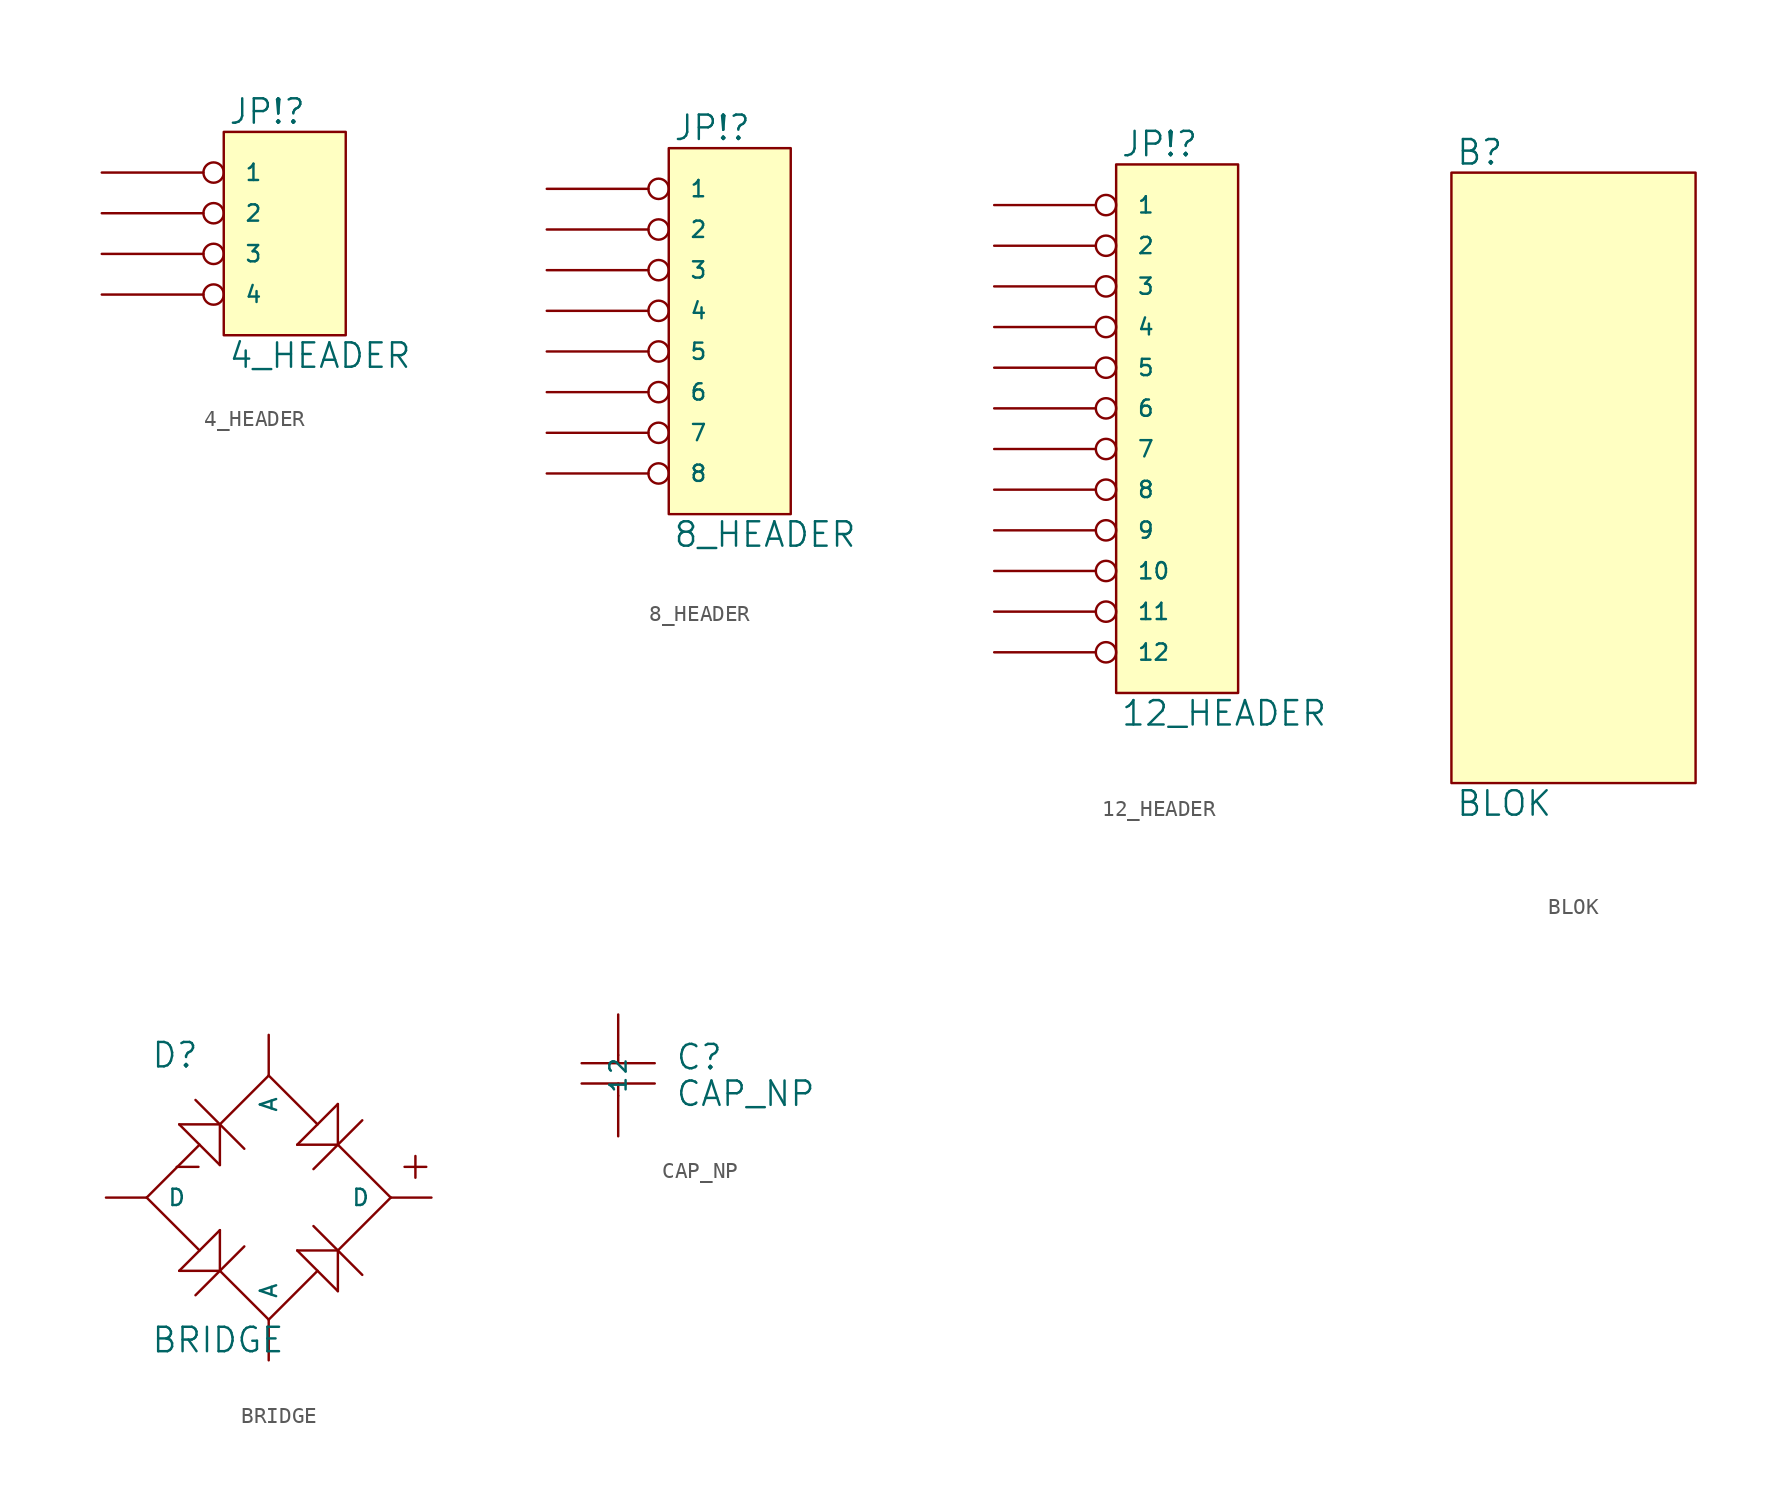
<source format=kicad_sym>
(kicad_symbol_lib
  (version 20231120)
  (generator "kicad_symbol_editor")
  (generator_version "8.0")
  (symbol "4_HEADER"
    (pin_names
      (offset 1.27))
    (property "Reference" "JP!"
      (at 0.254 0.381 0)
      (effects (font (size 1.524 1.524)) (justify left bottom)))
    (property "Value" "4_HEADER"
      (at 0.254 -13.081 0)
      (effects (font (size 1.524 1.524)) (justify left top)))
    (symbol "4_HEADER_0_1"
      (rectangle (start 0 0) (end 7.62 -12.7) (stroke (width 0) (type solid)) (fill (type background))))
    (symbol "4_HEADER_1_1"
      (pin passive inverted (at -7.62 -2.54 0) (length 7.62) (name "1" (effects (font (size 1.016 1.016)))) (number "~" (effects (font (size 1.27 1.27)))))
      (pin passive inverted (at -7.62 -5.08 0) (length 7.62) (name "2" (effects (font (size 1.016 1.016)))) (number "~" (effects (font (size 1.27 1.27)))))
      (pin passive inverted (at -7.62 -7.62 0) (length 7.62) (name "3" (effects (font (size 1.016 1.016)))) (number "~" (effects (font (size 1.27 1.27)))))
      (pin passive inverted (at -7.62 -10.16 0) (length 7.62) (name "4" (effects (font (size 1.016 1.016)))) (number "~" (effects (font (size 1.27 1.27)))))))
  (symbol "8_HEADER"
    (pin_names
      (offset 1.27))
    (property "Reference" "JP!"
      (at 0.254 0.381 0)
      (effects (font (size 1.524 1.524)) (justify left bottom)))
    (property "Value" "8_HEADER"
      (at 0.254 -23.241 0)
      (effects (font (size 1.524 1.524)) (justify left top)))
    (symbol "8_HEADER_0_1"
      (rectangle (start 0 0) (end 7.62 -22.86) (stroke (width 0) (type solid)) (fill (type background))))
    (symbol "8_HEADER_1_1"
      (pin passive inverted (at -7.62 -2.54 0) (length 7.62) (name "1" (effects (font (size 1.016 1.016)))) (number "~" (effects (font (size 1.27 1.27)))))
      (pin passive inverted (at -7.62 -5.08 0) (length 7.62) (name "2" (effects (font (size 1.016 1.016)))) (number "~" (effects (font (size 1.27 1.27)))))
      (pin passive inverted (at -7.62 -7.62 0) (length 7.62) (name "3" (effects (font (size 1.016 1.016)))) (number "~" (effects (font (size 1.27 1.27)))))
      (pin passive inverted (at -7.62 -10.16 0) (length 7.62) (name "4" (effects (font (size 1.016 1.016)))) (number "~" (effects (font (size 1.27 1.27)))))
      (pin passive inverted (at -7.62 -12.7 0) (length 7.62) (name "5" (effects (font (size 1.016 1.016)))) (number "~" (effects (font (size 1.27 1.27)))))
      (pin passive inverted (at -7.62 -15.24 0) (length 7.62) (name "6" (effects (font (size 1.016 1.016)))) (number "~" (effects (font (size 1.27 1.27)))))
      (pin passive inverted (at -7.62 -17.78 0) (length 7.62) (name "7" (effects (font (size 1.016 1.016)))) (number "~" (effects (font (size 1.27 1.27)))))
      (pin passive inverted (at -7.62 -20.32 0) (length 7.62) (name "8" (effects (font (size 1.016 1.016)))) (number "~" (effects (font (size 1.27 1.27)))))))
  (symbol "12_HEADER"
    (pin_names
      (offset 1.27))
    (property "Reference" "JP!"
      (at 0.254 0.381 0)
      (effects (font (size 1.524 1.524)) (justify left bottom)))
    (property "Value" "12_HEADER"
      (at 0.254 -33.401 0)
      (effects (font (size 1.524 1.524)) (justify left top)))
    (symbol "12_HEADER_0_1"
      (rectangle (start 0 0) (end 7.62 -33.02) (stroke (width 0) (type solid)) (fill (type background))))
    (symbol "12_HEADER_1_1"
      (pin passive inverted (at -7.62 -2.54 0) (length 7.62) (name "1" (effects (font (size 1.016 1.016)))) (number "~" (effects (font (size 1.27 1.27)))))
      (pin passive inverted (at -7.62 -25.4 0) (length 7.62) (name "10" (effects (font (size 1.016 1.016)))) (number "~" (effects (font (size 1.27 1.27)))))
      (pin passive inverted (at -7.62 -27.94 0) (length 7.62) (name "11" (effects (font (size 1.016 1.016)))) (number "~" (effects (font (size 1.27 1.27)))))
      (pin passive inverted (at -7.62 -30.48 0) (length 7.62) (name "12" (effects (font (size 1.016 1.016)))) (number "~" (effects (font (size 1.27 1.27)))))
      (pin passive inverted (at -7.62 -5.08 0) (length 7.62) (name "2" (effects (font (size 1.016 1.016)))) (number "~" (effects (font (size 1.27 1.27)))))
      (pin passive inverted (at -7.62 -7.62 0) (length 7.62) (name "3" (effects (font (size 1.016 1.016)))) (number "~" (effects (font (size 1.27 1.27)))))
      (pin passive inverted (at -7.62 -10.16 0) (length 7.62) (name "4" (effects (font (size 1.016 1.016)))) (number "~" (effects (font (size 1.27 1.27)))))
      (pin passive inverted (at -7.62 -12.7 0) (length 7.62) (name "5" (effects (font (size 1.016 1.016)))) (number "~" (effects (font (size 1.27 1.27)))))
      (pin passive inverted (at -7.62 -15.24 0) (length 7.62) (name "6" (effects (font (size 1.016 1.016)))) (number "~" (effects (font (size 1.27 1.27)))))
      (pin passive inverted (at -7.62 -17.78 0) (length 7.62) (name "7" (effects (font (size 1.016 1.016)))) (number "~" (effects (font (size 1.27 1.27)))))
      (pin passive inverted (at -7.62 -20.32 0) (length 7.62) (name "8" (effects (font (size 1.016 1.016)))) (number "~" (effects (font (size 1.27 1.27)))))
      (pin passive inverted (at -7.62 -22.86 0) (length 7.62) (name "9" (effects (font (size 1.016 1.016)))) (number "~" (effects (font (size 1.27 1.27)))))))
  (symbol "BLOK"
    (pin_names
      (offset 1.27))
    (property "Reference" "B"
      (at 0.254 0.381 0)
      (effects (font (size 1.524 1.524)) (justify left bottom)))
    (property "Value" "BLOK"
      (at 0.254 -38.481 0)
      (effects (font (size 1.524 1.524)) (justify left top)))
    (symbol "BLOK_0_1"
      (rectangle (start 0 0) (end 15.24 -38.1) (stroke (width 0) (type solid)) (fill (type background)))))
  (symbol "BRIDGE"
    (pin_names
      (offset 1.27))
    (property "Reference" "D"
      (at 0.254 0.381 0)
      (effects (font (size 1.524 1.524)) (justify left bottom)))
    (property "Value" "BRIDGE"
      (at 0.254 -15.621 0)
      (effects (font (size 1.524 1.524)) (justify left top)))
    (symbol "BRIDGE_0_1"
      (polyline (pts (xy 0 -7.62) (xy 3.302 -10.922)) (stroke (width 0) (type solid)) (fill (type none)))
      (polyline (pts (xy 2.032 -12.192) (xy 4.572 -12.192)) (stroke (width 0) (type solid)) (fill (type none)))
      (polyline (pts (xy 2.032 -3.048) (xy 4.572 -3.048)) (stroke (width 0) (type solid)) (fill (type none)))
      (polyline (pts (xy 3.048 -1.524) (xy 6.096 -4.572)) (stroke (width 0) (type solid)) (fill (type none)))
      (polyline (pts (xy 3.302 -4.318) (xy 0 -7.62)) (stroke (width 0) (type solid)) (fill (type none)))
      (polyline (pts (xy 4.572 -12.192) (xy 4.572 -9.652)) (stroke (width 0) (type solid)) (fill (type none)))
      (polyline (pts (xy 4.572 -12.192) (xy 7.62 -15.24)) (stroke (width 0) (type solid)) (fill (type none)))
      (polyline (pts (xy 4.572 -9.652) (xy 2.032 -12.192)) (stroke (width 0) (type solid)) (fill (type none)))
      (polyline (pts (xy 4.572 -5.588) (xy 2.032 -3.048)) (stroke (width 0) (type solid)) (fill (type none)))
      (polyline (pts (xy 4.572 -3.048) (xy 4.572 -5.588)) (stroke (width 0) (type solid)) (fill (type none)))
      (polyline (pts (xy 6.096 -10.668) (xy 3.048 -13.716)) (stroke (width 0) (type solid)) (fill (type none)))
      (polyline (pts (xy 7.62 -15.24) (xy 10.668 -12.192)) (stroke (width 0) (type solid)) (fill (type none)))
      (polyline (pts (xy 7.62 0) (xy 4.572 -3.048)) (stroke (width 0) (type solid)) (fill (type none)))
      (polyline (pts (xy 9.398 -10.922) (xy 11.938 -10.922)) (stroke (width 0) (type solid)) (fill (type none)))
      (polyline (pts (xy 9.398 -4.318) (xy 11.938 -4.318)) (stroke (width 0) (type solid)) (fill (type none)))
      (polyline (pts (xy 10.414 -9.398) (xy 13.462 -12.446)) (stroke (width 0) (type solid)) (fill (type none)))
      (polyline (pts (xy 10.668 -3.048) (xy 7.62 0)) (stroke (width 0) (type solid)) (fill (type none)))
      (polyline (pts (xy 11.938 -13.462) (xy 9.398 -10.922)) (stroke (width 0) (type solid)) (fill (type none)))
      (polyline (pts (xy 11.938 -10.922) (xy 11.938 -13.462)) (stroke (width 0) (type solid)) (fill (type none)))
      (polyline (pts (xy 11.938 -10.922) (xy 15.24 -7.62)) (stroke (width 0) (type solid)) (fill (type none)))
      (polyline (pts (xy 11.938 -4.318) (xy 11.938 -1.778)) (stroke (width 0) (type solid)) (fill (type none)))
      (polyline (pts (xy 11.938 -1.778) (xy 9.398 -4.318)) (stroke (width 0) (type solid)) (fill (type none)))
      (polyline (pts (xy 13.462 -2.794) (xy 10.414 -5.842)) (stroke (width 0) (type solid)) (fill (type none)))
      (polyline (pts (xy 15.24 -7.62) (xy 11.938 -4.318)) (stroke (width 0) (type solid)) (fill (type none)))
      (text " + " (at 14.224 -6.604 0) (effects (font (size 1.778 1.778)) (justify left bottom)))
      (text " - " (at 0 -6.604 0) (effects (font (size 1.778 1.778)) (justify left bottom))))
    (symbol "BRIDGE_1_1"
      (pin passive line (at 7.62 -17.78 90) (length 2.54) (name "A" (effects (font (size 1.016 1.016)))) (number "~" (effects (font (size 1.27 1.27)))))
      (pin passive line (at 7.62 2.54 270) (length 2.54) (name "A" (effects (font (size 1.016 1.016)))) (number "~" (effects (font (size 1.27 1.27)))))
      (pin passive line (at -2.54 -7.62 0) (length 2.54) (name "D" (effects (font (size 1.016 1.016)))) (number "~" (effects (font (size 1.27 1.27)))))
      (pin passive line (at 17.78 -7.62 180) (length 2.54) (name "D" (effects (font (size 1.016 1.016)))) (number "~" (effects (font (size 1.27 1.27)))))))
  (symbol "CAP_NP"
    (pin_names
      (offset 1.27))
    (property "Reference" "C"
      (at 6.096 -1.016 0)
      (effects (font (size 1.524 1.524)) (justify left bottom)))
    (property "Value" "CAP_NP"
      (at 6.096 -1.524 0)
      (effects (font (size 1.524 1.524)) (justify left top)))
    (symbol "CAP_NP_0_1"
      (polyline (pts (xy 0.254 -1.778) (xy 4.826 -1.778)) (stroke (width 0) (type solid)) (fill (type none)))
      (polyline (pts (xy 0.254 -0.508) (xy 4.826 -0.508)) (stroke (width 0) (type solid)) (fill (type none)))
      (polyline (pts (xy 2.54 -2.54) (xy 2.54 -1.778)) (stroke (width 0) (type solid)) (fill (type none)))
      (polyline (pts (xy 2.54 0) (xy 2.54 -0.508)) (stroke (width 0) (type solid)) (fill (type none))))
    (symbol "CAP_NP_1_1"
      (pin passive line (at 2.54 2.54 270) (length 2.54) (name "1" (effects (font (size 1.016 1.016)))) (number "~" (effects (font (size 1.27 1.27)))))
      (pin passive line (at 2.54 -5.08 90) (length 2.54) (name "2" (effects (font (size 1.016 1.016)))) (number "~" (effects (font (size 1.27 1.27))))))))
</source>
